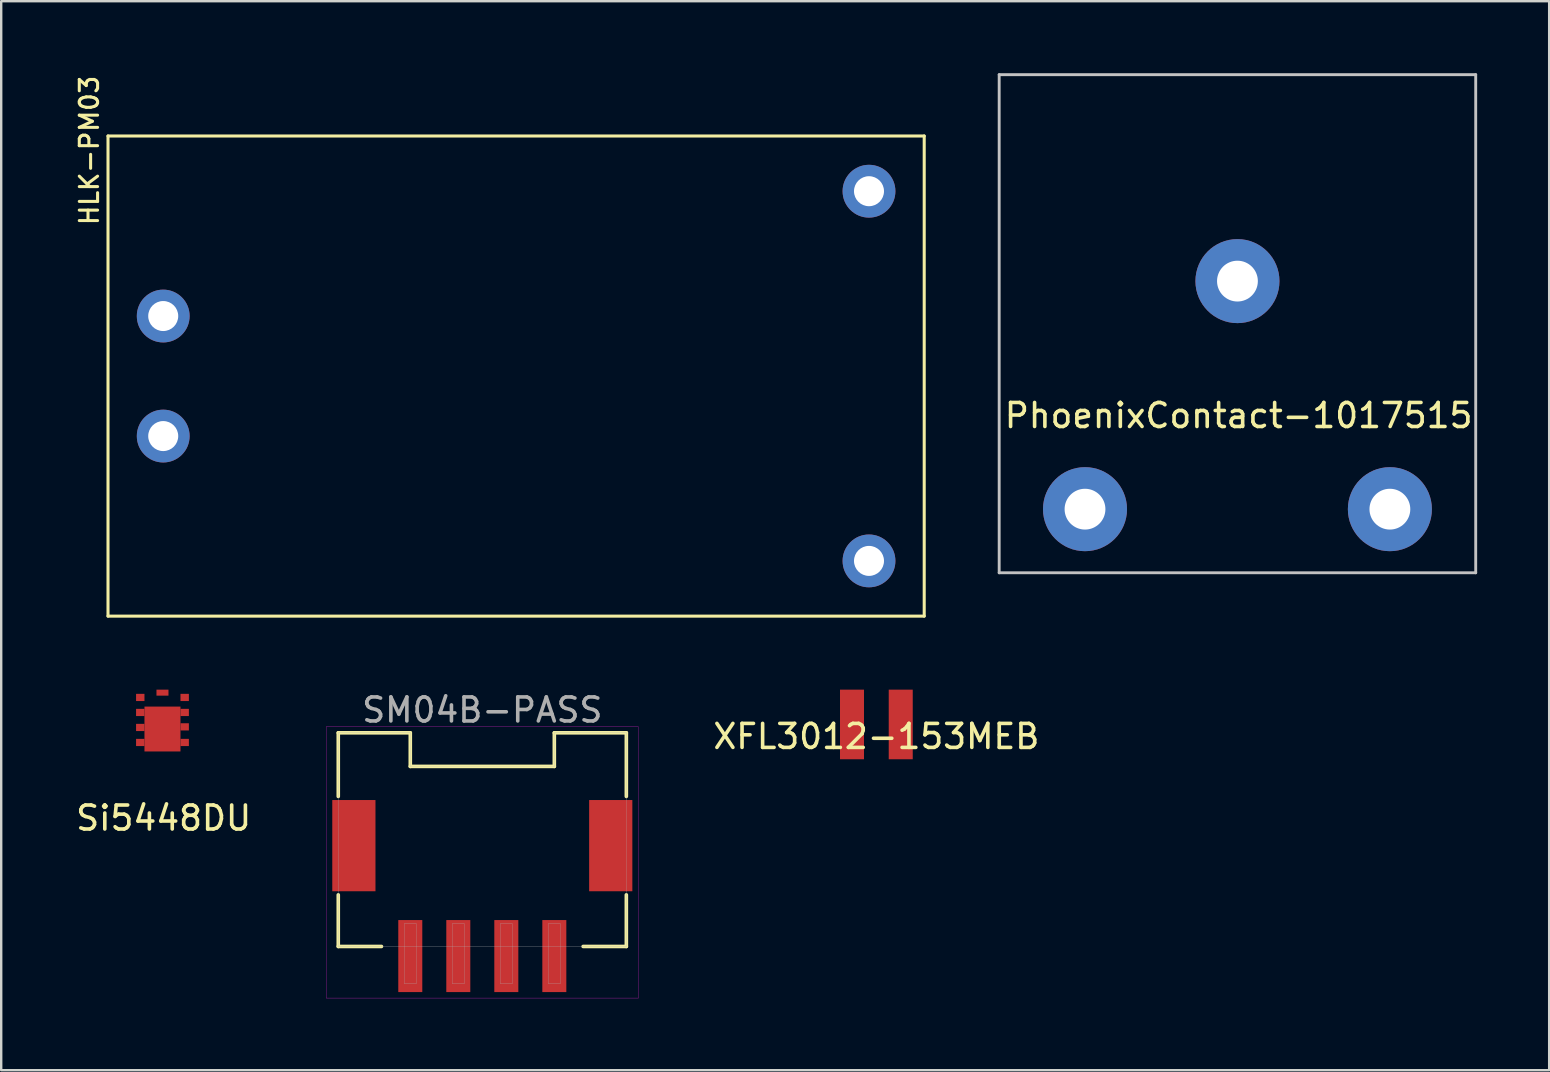
<source format=kicad_pcb>
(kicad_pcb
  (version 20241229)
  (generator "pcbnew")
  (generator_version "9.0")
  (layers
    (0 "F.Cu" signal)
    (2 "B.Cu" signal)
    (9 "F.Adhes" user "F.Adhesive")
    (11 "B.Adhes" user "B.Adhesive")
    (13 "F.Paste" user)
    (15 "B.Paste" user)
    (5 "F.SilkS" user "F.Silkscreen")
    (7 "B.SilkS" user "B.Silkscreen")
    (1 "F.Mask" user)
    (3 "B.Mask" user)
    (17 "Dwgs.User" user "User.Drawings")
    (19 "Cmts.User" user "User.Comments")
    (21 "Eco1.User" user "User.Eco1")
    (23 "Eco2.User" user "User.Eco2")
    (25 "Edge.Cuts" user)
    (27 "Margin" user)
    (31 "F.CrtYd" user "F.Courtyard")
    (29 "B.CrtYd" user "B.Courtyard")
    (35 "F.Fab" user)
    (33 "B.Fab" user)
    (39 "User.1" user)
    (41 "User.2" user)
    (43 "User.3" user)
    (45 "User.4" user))
  (footprint "PhoenixContact-1017515"
    (layer "F.Cu")
    (at 48.497 18.16)
    (property "Reference" "PhoenixContact-1017515" (at 0.05 -3.9 0) (layer "F.SilkS") (effects (font (size 1 1) (thickness 0.15))))
    (attr through_hole)
    (fp_line (start -9.925 -18.1) (end 9.925 -18.1) (stroke (width 0.12) (type solid)) (layer "Dwgs.User"))
    (fp_line (start -9.925 2.65) (end -9.925 -18.1) (stroke (width 0.12) (type solid)) (layer "Dwgs.User"))
    (fp_line (start 9.925 -18.1) (end 9.925 2.65) (stroke (width 0.12) (type solid)) (layer "Dwgs.User"))
    (fp_line (start 9.925 2.65) (end -9.925 2.65) (stroke (width 0.12) (type solid)) (layer "Dwgs.User"))
    (pad "1" thru_hole circle (at 6.35 0) (size 3.5 3.5) (drill 1.7) (layers "*.Cu" "*.Mask"))
    (pad "2" thru_hole circle (at 0 -9.5) (size 3.5 3.5) (drill 1.7) (layers "*.Cu" "*.Mask"))
    (pad "3" thru_hole circle (at -6.35 0) (size 3.5 3.5) (drill 1.7) (layers "*.Cu" "*.Mask")))
  (footprint "Si5448DU"
    (layer "F.Cu")
    (at 3.718 27.878)
    (property "Reference" "Si5448DU" (at 0.05 3.15 0) (layer "F.SilkS") (effects (font (size 1 1) (thickness 0.15))))
    (attr smd)
    (pad "0" smd rect (at 0 -0.56) (size 1.5 1.87) (layers "F.Cu" "F.Mask" "F.Paste"))
    (pad "1" smd rect (at 0.925 0) (size 0.35 0.3) (layers "F.Cu" "F.Mask" "F.Paste"))
    (pad "2" smd rect (at 0.925 -0.65) (size 0.35 0.3) (layers "F.Cu" "F.Mask" "F.Paste"))
    (pad "3" smd rect (at 0.925 -1.25) (size 0.35 0.3) (layers "F.Cu" "F.Mask" "F.Paste"))
    (pad "4" smd rect (at 0.925 -1.875) (size 0.35 0.3) (layers "F.Cu" "F.Mask" "F.Paste"))
    (pad "5" smd rect (at -0.925 -1.875) (size 0.35 0.3) (layers "F.Cu" "F.Mask" "F.Paste"))
    (pad "6" smd rect (at -0.925 -1.25) (size 0.35 0.3) (layers "F.Cu" "F.Mask" "F.Paste"))
    (pad "7" smd rect (at -0.925 -0.625) (size 0.35 0.3) (layers "F.Cu" "F.Mask" "F.Paste"))
    (pad "8" smd rect (at -0.925 0) (size 0.35 0.3) (layers "F.Cu" "F.Mask" "F.Paste"))
    (pad "9" smd rect (at 0 -2.075) (size 0.5 0.25) (layers "F.Cu" "F.Mask" "F.Paste")))
  (footprint "SM04B-PASS"
    (layer "F.Cu")
    (at 17.041 35.426)
    (property "Reference" "SM04B-PASS" (at 0 -8.9 0) (layer "F.Fab") (effects (font (size 1 1) (thickness 0.15))))
    (attr through_hole)
    (fp_line (start -6 -7.95) (end -6 -5.3) (stroke (width 0.15) (type solid)) (layer "F.SilkS"))
    (fp_line (start -6 -7.95) (end -3 -7.95) (stroke (width 0.15) (type solid)) (layer "F.SilkS"))
    (fp_line (start -6 0.95) (end -6 -1.2) (stroke (width 0.15) (type solid)) (layer "F.SilkS"))
    (fp_line (start -6 0.95) (end -4.2 0.95) (stroke (width 0.15) (type solid)) (layer "F.SilkS"))
    (fp_line (start -3 -7.95) (end -3 -6.55) (stroke (width 0.15) (type solid)) (layer "F.SilkS"))
    (fp_line (start -3 -6.55) (end 3 -6.55) (stroke (width 0.15) (type solid)) (layer "F.SilkS"))
    (fp_line (start 3 -7.95) (end 6 -7.95) (stroke (width 0.15) (type solid)) (layer "F.SilkS"))
    (fp_line (start 3 -6.55) (end 3 -7.95) (stroke (width 0.15) (type solid)) (layer "F.SilkS"))
    (fp_line (start 6 -7.95) (end 6 -5.3) (stroke (width 0.15) (type solid)) (layer "F.SilkS"))
    (fp_line (start 6 0.95) (end 4.2 0.95) (stroke (width 0.15) (type solid)) (layer "F.SilkS"))
    (fp_line (start 6 0.95) (end 6 -1.2) (stroke (width 0.15) (type solid)) (layer "F.SilkS"))
    (fp_line (start -6.5 -8.2) (end 6.5 -8.2) (stroke (width 0.01) (type solid)) (layer "F.CrtYd"))
    (fp_line (start -6.5 3.1) (end -6.5 -8.2) (stroke (width 0.01) (type solid)) (layer "F.CrtYd"))
    (fp_line (start 6.5 -8.2) (end 6.5 3.1) (stroke (width 0.01) (type solid)) (layer "F.CrtYd"))
    (fp_line (start 6.5 3.1) (end -6.5 3.1) (stroke (width 0.01) (type solid)) (layer "F.CrtYd"))
    (fp_line (start -6 -7.95) (end -3 -7.95) (stroke (width 0.01) (type solid)) (layer "F.Fab"))
    (fp_line (start -6 0.95) (end -6 -7.95) (stroke (width 0.01) (type solid)) (layer "F.Fab"))
    (fp_line (start -3.25 0) (end -2.75 0) (stroke (width 0.01) (type solid)) (layer "F.Fab"))
    (fp_line (start -3.25 2.5) (end -3.25 0) (stroke (width 0.01) (type solid)) (layer "F.Fab"))
    (fp_line (start -3 -7.95) (end -3 -6.55) (stroke (width 0.01) (type solid)) (layer "F.Fab"))
    (fp_line (start -3 -6.55) (end 3 -6.55) (stroke (width 0.01) (type solid)) (layer "F.Fab"))
    (fp_line (start -2.75 0) (end -2.75 2.5) (stroke (width 0.01) (type solid)) (layer "F.Fab"))
    (fp_line (start -2.75 2.5) (end -3.25 2.5) (stroke (width 0.01) (type solid)) (layer "F.Fab"))
    (fp_line (start -1.25 0) (end -0.75 0) (stroke (width 0.01) (type solid)) (layer "F.Fab"))
    (fp_line (start -1.25 2.5) (end -1.25 0) (stroke (width 0.01) (type solid)) (layer "F.Fab"))
    (fp_line (start -0.75 0) (end -0.75 2.5) (stroke (width 0.01) (type solid)) (layer "F.Fab"))
    (fp_line (start -0.75 2.5) (end -1.25 2.5) (stroke (width 0.01) (type solid)) (layer "F.Fab"))
    (fp_line (start 0.75 0) (end 1.25 0) (stroke (width 0.01) (type solid)) (layer "F.Fab"))
    (fp_line (start 0.75 2.5) (end 0.75 0) (stroke (width 0.01) (type solid)) (layer "F.Fab"))
    (fp_line (start 1.25 0) (end 1.25 2.5) (stroke (width 0.01) (type solid)) (layer "F.Fab"))
    (fp_line (start 1.25 2.5) (end 0.75 2.5) (stroke (width 0.01) (type solid)) (layer "F.Fab"))
    (fp_line (start 2.75 0) (end 3.25 0) (stroke (width 0.01) (type solid)) (layer "F.Fab"))
    (fp_line (start 2.75 2.5) (end 2.75 0) (stroke (width 0.01) (type solid)) (layer "F.Fab"))
    (fp_line (start 3 -7.95) (end 6 -7.95) (stroke (width 0.01) (type solid)) (layer "F.Fab"))
    (fp_line (start 3 -6.55) (end 3 -7.95) (stroke (width 0.01) (type solid)) (layer "F.Fab"))
    (fp_line (start 3.25 0) (end 3.25 2.5) (stroke (width 0.01) (type solid)) (layer "F.Fab"))
    (fp_line (start 3.25 2.5) (end 2.75 2.5) (stroke (width 0.01) (type solid)) (layer "F.Fab"))
    (fp_line (start 6 -7.95) (end 6 0.95) (stroke (width 0.01) (type solid)) (layer "F.Fab"))
    (fp_line (start 6 0.95) (end -6 0.95) (stroke (width 0.01) (type solid)) (layer "F.Fab"))
    (pad "" smd rect (at -5.35 -3.25) (size 1.8 3.8) (layers "F.Cu" "F.Mask" "F.Paste"))
    (pad "" smd rect (at 5.35 -3.25) (size 1.8 3.8) (layers "F.Cu" "F.Mask" "F.Paste"))
    (pad "1" smd rect (at 3 1.35) (size 1 3) (layers "F.Cu" "F.Mask" "F.Paste"))
    (pad "2" smd rect (at 1 1.35) (size 1 3) (layers "F.Cu" "F.Mask" "F.Paste"))
    (pad "3" smd rect (at -1 1.35) (size 1 3) (layers "F.Cu" "F.Mask" "F.Paste"))
    (pad "4" smd rect (at -3 1.35) (size 1 3) (layers "F.Cu" "F.Mask" "F.Paste")))
  (footprint "XFL3012-153MEB"
    (layer "F.Cu")
    (at 33.456 27.128)
    (property "Reference" "XFL3012-153MEB" (at 0 0.5 0) (layer "F.SilkS") (effects (font (size 1 1) (thickness 0.15))))
    (attr through_hole)
    (pad "1" smd rect (at 1.015 0) (size 1 2.9) (layers "F.Cu" "F.Mask" "F.Paste"))
    (pad "2" smd rect (at -1.015 0) (size 1 2.9) (layers "F.Cu" "F.Mask" "F.Paste")))
  (footprint "HLK-PM03"
    (layer "F.Cu")
    (at 18.449 12.615)
    (property "Reference" "HLK-PM03" (at -17.78 -9.398 90) (layer "F.SilkS") (effects (font (size 0.762 0.762) (thickness 0.127))))
    (attr through_hole)
    (fp_line (start -17 -10) (end -17 10) (stroke (width 0.127) (type solid)) (layer "F.SilkS"))
    (fp_line (start -17 10) (end 17 10) (stroke (width 0.127) (type solid)) (layer "F.SilkS"))
    (fp_line (start 17 -10) (end -17 -10) (stroke (width 0.127) (type solid)) (layer "F.SilkS"))
    (fp_line (start 17 10) (end 17 -10) (stroke (width 0.127) (type solid)) (layer "F.SilkS"))
    (pad "1" thru_hole circle (at -14.7 -2.5) (size 2.2 2.2) (drill 1.25) (layers "*.Cu" "*.Mask"))
    (pad "2" thru_hole circle (at -14.7 2.5) (size 2.2 2.2) (drill 1.25) (layers "*.Cu" "*.Mask"))
    (pad "3" thru_hole circle (at 14.7 -7.7) (size 2.2 2.2) (drill 1.25) (layers "*.Cu" "*.Mask"))
    (pad "4" thru_hole circle (at 14.7 7.7) (size 2.2 2.2) (drill 1.25) (layers "*.Cu" "*.Mask")))
  (gr_rect
    (start -3 -3)
    (end 61.482 41.531)
    (stroke (width 0.1) (type default))
    (fill no)
    (layer "Edge.Cuts")))
</source>
